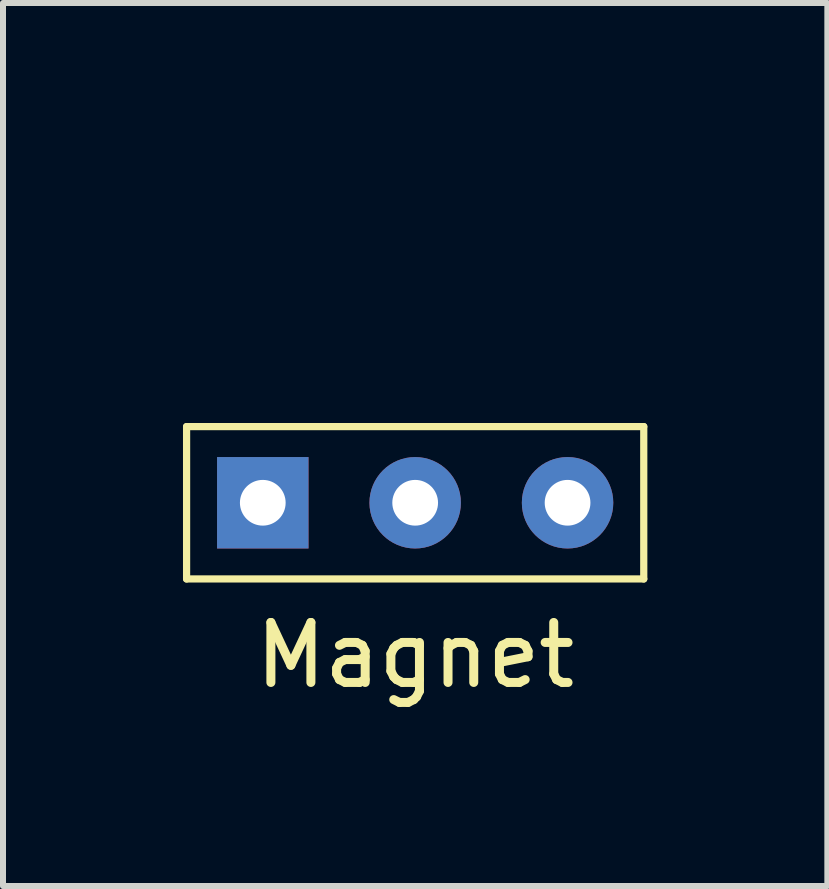
<source format=kicad_pcb>
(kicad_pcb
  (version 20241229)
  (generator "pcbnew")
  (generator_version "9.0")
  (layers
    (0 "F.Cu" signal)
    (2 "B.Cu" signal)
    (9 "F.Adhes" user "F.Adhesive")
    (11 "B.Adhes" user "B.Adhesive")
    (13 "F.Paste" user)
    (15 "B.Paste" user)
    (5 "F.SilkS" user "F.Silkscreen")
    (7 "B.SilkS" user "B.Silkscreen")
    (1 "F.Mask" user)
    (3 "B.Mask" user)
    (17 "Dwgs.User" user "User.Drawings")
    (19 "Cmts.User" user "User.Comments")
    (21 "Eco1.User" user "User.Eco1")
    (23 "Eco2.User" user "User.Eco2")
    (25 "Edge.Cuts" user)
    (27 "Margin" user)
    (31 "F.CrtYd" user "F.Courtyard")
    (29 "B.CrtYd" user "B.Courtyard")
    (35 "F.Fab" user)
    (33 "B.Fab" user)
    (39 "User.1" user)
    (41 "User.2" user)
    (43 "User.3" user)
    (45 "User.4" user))
  (footprint "Magnet"
    (layer "F.Cu")
    (at 3.87 0.25)
    (property "Reference" "Magnet" (at 0 7.62 0) (layer "F.SilkS") (effects (font (size 1 1) (thickness 0.15))))
    (attr through_hole)
    (fp_line (start -3.81 3.81) (end -3.81 6.35) (stroke (width 0.12) (type solid)) (layer "F.SilkS"))
    (fp_line (start -3.81 6.35) (end 3.81 6.35) (stroke (width 0.12) (type solid)) (layer "F.SilkS"))
    (fp_line (start 3.81 3.81) (end -3.81 3.81) (stroke (width 0.12) (type solid)) (layer "F.SilkS"))
    (fp_line (start 3.81 6.35) (end 3.81 3.81) (stroke (width 0.12) (type solid)) (layer "F.SilkS"))
    (pad "1" thru_hole rect (at -2.54 5.08) (size 1.524 1.524) (drill 0.762) (layers "*.Cu" "*.Mask"))
    (pad "2" thru_hole circle (at 0 5.08) (size 1.524 1.524) (drill 0.762) (layers "*.Cu" "*.Mask"))
    (pad "3" thru_hole circle (at 2.54 5.08) (size 1.524 1.524) (drill 0.762) (layers "*.Cu" "*.Mask")))
  (gr_rect
    (start -3 -3)
    (end 10.74 11.718)
    (stroke (width 0.1) (type default))
    (fill no)
    (layer "Edge.Cuts")))
</source>
